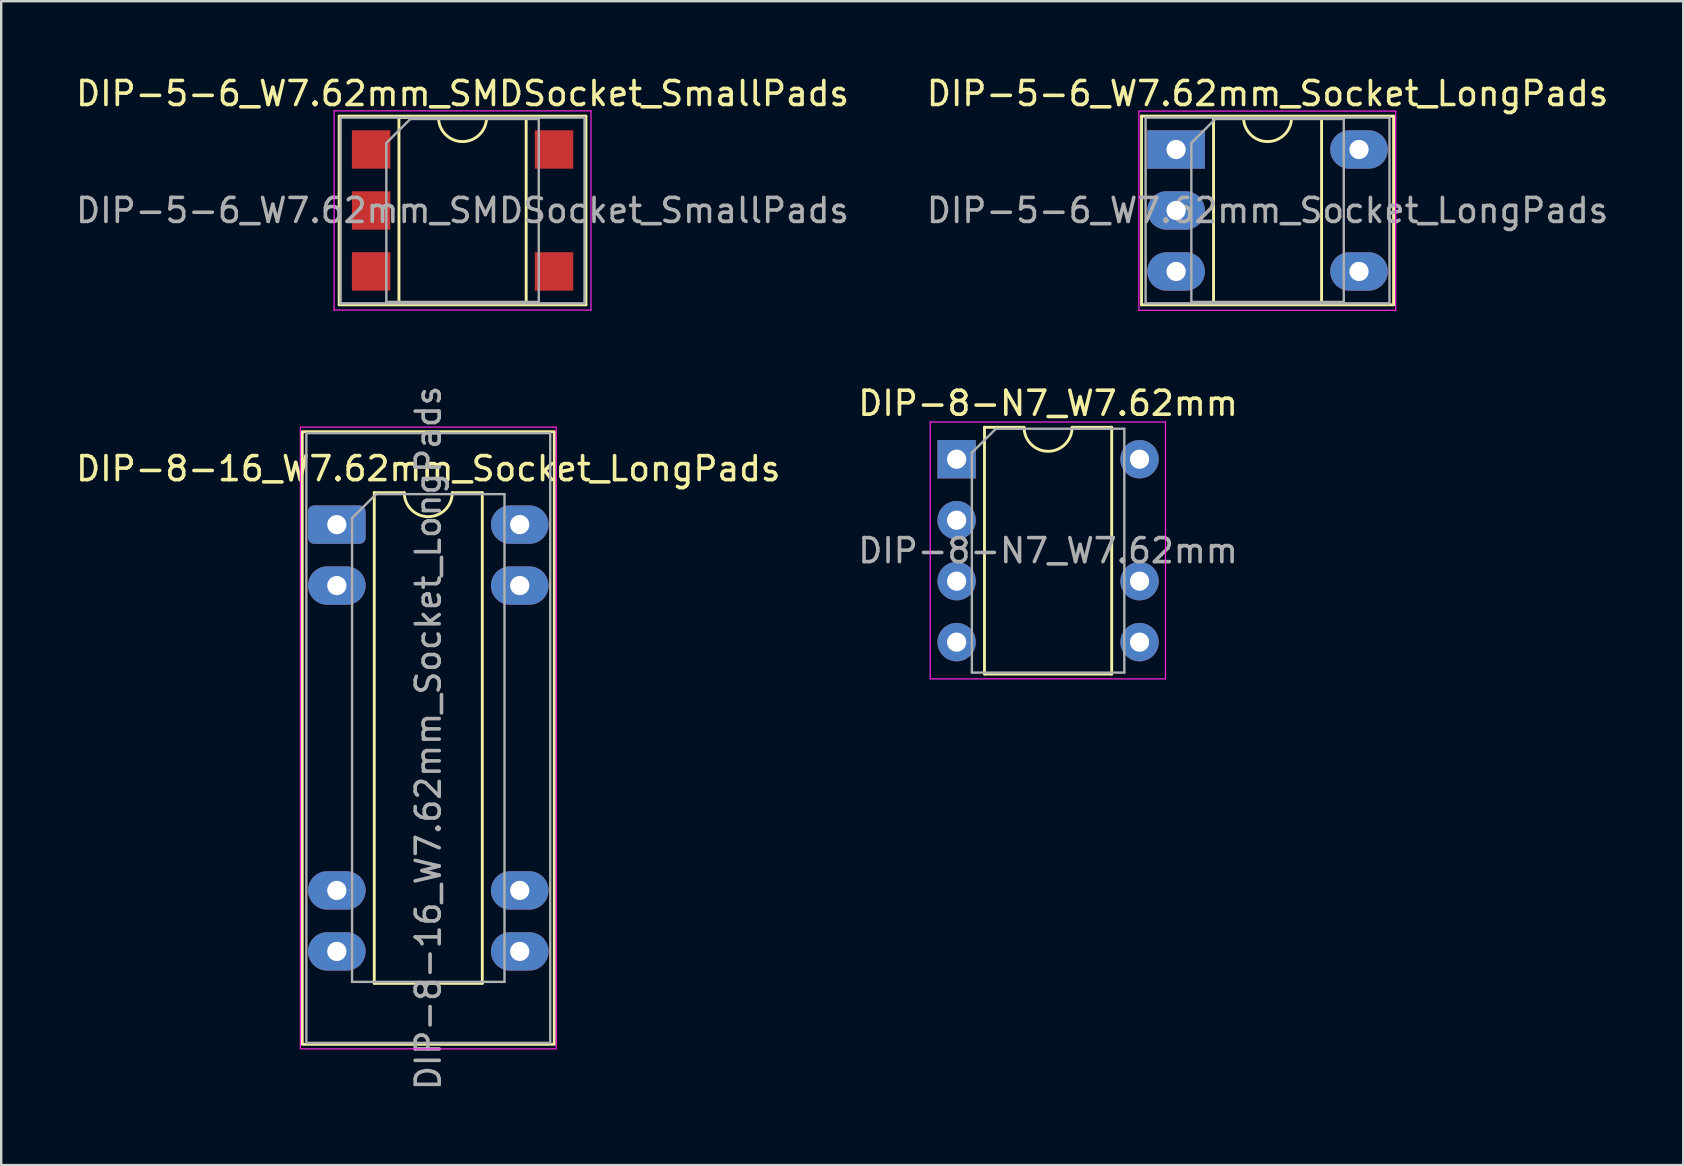
<source format=kicad_pcb>
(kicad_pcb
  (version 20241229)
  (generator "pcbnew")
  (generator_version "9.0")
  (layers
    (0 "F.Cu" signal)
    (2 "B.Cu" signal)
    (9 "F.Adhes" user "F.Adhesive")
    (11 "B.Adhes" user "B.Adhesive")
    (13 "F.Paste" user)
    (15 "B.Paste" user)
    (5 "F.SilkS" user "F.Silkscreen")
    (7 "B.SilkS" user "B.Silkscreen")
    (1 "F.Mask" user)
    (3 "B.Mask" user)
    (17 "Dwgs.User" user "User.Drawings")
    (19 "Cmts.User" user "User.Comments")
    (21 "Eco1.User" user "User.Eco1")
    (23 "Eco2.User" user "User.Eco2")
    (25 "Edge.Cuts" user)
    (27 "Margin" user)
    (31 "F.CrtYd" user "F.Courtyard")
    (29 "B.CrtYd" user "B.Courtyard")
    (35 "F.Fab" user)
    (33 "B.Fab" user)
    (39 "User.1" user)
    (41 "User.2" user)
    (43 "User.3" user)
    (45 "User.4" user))
  (footprint "DIP-5-6_W7.62mm_SMDSocket_SmallPads"
    (layer "F.Cu")
    (at 16.22 5.718)
    (property "Reference" "DIP-5-6_W7.62mm_SMDSocket_SmallPads" (at 0 -4.87 0) (layer "F.SilkS") (effects (font (size 1 1) (thickness 0.15))))
    (attr smd)
    (fp_line (start -5.14 -3.93) (end -5.14 3.93) (stroke (width 0.12) (type solid)) (layer "F.SilkS"))
    (fp_line (start -5.14 3.93) (end 5.14 3.93) (stroke (width 0.12) (type solid)) (layer "F.SilkS"))
    (fp_line (start -2.65 -3.87) (end -2.65 3.87) (stroke (width 0.12) (type solid)) (layer "F.SilkS"))
    (fp_line (start -2.65 3.87) (end 2.65 3.87) (stroke (width 0.12) (type solid)) (layer "F.SilkS"))
    (fp_line (start -1 -3.87) (end -2.65 -3.87) (stroke (width 0.12) (type solid)) (layer "F.SilkS"))
    (fp_line (start 2.65 -3.87) (end 1 -3.87) (stroke (width 0.12) (type solid)) (layer "F.SilkS"))
    (fp_line (start 2.65 3.87) (end 2.65 -3.87) (stroke (width 0.12) (type solid)) (layer "F.SilkS"))
    (fp_line (start 5.14 -3.93) (end -5.14 -3.93) (stroke (width 0.12) (type solid)) (layer "F.SilkS"))
    (fp_line (start 5.14 3.93) (end 5.14 -3.93) (stroke (width 0.12) (type solid)) (layer "F.SilkS"))
    (fp_arc (start 1 -3.87) (mid 0 -2.87) (end -1 -3.87) (stroke (width 0.12) (type solid)) (layer "F.SilkS"))
    (fp_line (start -5.35 -4.15) (end -5.35 4.15) (stroke (width 0.05) (type solid)) (layer "F.CrtYd"))
    (fp_line (start -5.35 4.15) (end 5.35 4.15) (stroke (width 0.05) (type solid)) (layer "F.CrtYd"))
    (fp_line (start 5.35 -4.15) (end -5.35 -4.15) (stroke (width 0.05) (type solid)) (layer "F.CrtYd"))
    (fp_line (start 5.35 4.15) (end 5.35 -4.15) (stroke (width 0.05) (type solid)) (layer "F.CrtYd"))
    (fp_line (start -5.08 -3.87) (end -5.08 3.87) (stroke (width 0.1) (type solid)) (layer "F.Fab"))
    (fp_line (start -5.08 3.87) (end 5.08 3.87) (stroke (width 0.1) (type solid)) (layer "F.Fab"))
    (fp_line (start -3.175 -2.81) (end -2.175 -3.81) (stroke (width 0.1) (type solid)) (layer "F.Fab"))
    (fp_line (start -3.175 3.81) (end -3.175 -2.81) (stroke (width 0.1) (type solid)) (layer "F.Fab"))
    (fp_line (start -2.175 -3.81) (end 3.175 -3.81) (stroke (width 0.1) (type solid)) (layer "F.Fab"))
    (fp_line (start 3.175 -3.81) (end 3.175 3.81) (stroke (width 0.1) (type solid)) (layer "F.Fab"))
    (fp_line (start 3.175 3.81) (end -3.175 3.81) (stroke (width 0.1) (type solid)) (layer "F.Fab"))
    (fp_line (start 5.08 -3.87) (end -5.08 -3.87) (stroke (width 0.1) (type solid)) (layer "F.Fab"))
    (fp_line (start 5.08 3.87) (end 5.08 -3.87) (stroke (width 0.1) (type solid)) (layer "F.Fab"))
    (fp_text user "${REFERENCE}" (at 0 0 0) (layer "F.Fab") (effects (font (size 1 1) (thickness 0.15))))
    (pad "1" smd rect (at -3.81 -2.54) (size 1.6 1.6) (layers "F.Cu" "F.Mask" "F.Paste"))
    (pad "2" smd rect (at -3.81 0) (size 1.6 1.6) (layers "F.Cu" "F.Mask" "F.Paste"))
    (pad "3" smd rect (at -3.81 2.54) (size 1.6 1.6) (layers "F.Cu" "F.Mask" "F.Paste"))
    (pad "4" smd rect (at 3.81 2.54) (size 1.6 1.6) (layers "F.Cu" "F.Mask" "F.Paste"))
    (pad "6" smd rect (at 3.81 -2.54) (size 1.6 1.6) (layers "F.Cu" "F.Mask" "F.Paste")))
  (footprint "DIP-8-N7_W7.62mm"
    (layer "F.Cu")
    (at 36.803 16.081)
    (property "Reference" "DIP-8-N7_W7.62mm" (at 3.81 -2.33 0) (layer "F.SilkS") (effects (font (size 1 1) (thickness 0.15))))
    (attr through_hole)
    (fp_line (start 1.16 -1.33) (end 1.16 8.95) (stroke (width 0.12) (type solid)) (layer "F.SilkS"))
    (fp_line (start 1.16 8.95) (end 6.46 8.95) (stroke (width 0.12) (type solid)) (layer "F.SilkS"))
    (fp_line (start 2.81 -1.33) (end 1.16 -1.33) (stroke (width 0.12) (type solid)) (layer "F.SilkS"))
    (fp_line (start 6.46 -1.33) (end 4.81 -1.33) (stroke (width 0.12) (type solid)) (layer "F.SilkS"))
    (fp_line (start 6.46 8.95) (end 6.46 -1.33) (stroke (width 0.12) (type solid)) (layer "F.SilkS"))
    (fp_arc (start 4.81 -1.33) (mid 3.81 -0.33) (end 2.81 -1.33) (stroke (width 0.12) (type solid)) (layer "F.SilkS"))
    (fp_line (start -1.1 -1.55) (end -1.1 9.15) (stroke (width 0.05) (type solid)) (layer "F.CrtYd"))
    (fp_line (start -1.1 9.15) (end 8.7 9.15) (stroke (width 0.05) (type solid)) (layer "F.CrtYd"))
    (fp_line (start 8.7 -1.55) (end -1.1 -1.55) (stroke (width 0.05) (type solid)) (layer "F.CrtYd"))
    (fp_line (start 8.7 9.15) (end 8.7 -1.55) (stroke (width 0.05) (type solid)) (layer "F.CrtYd"))
    (fp_line (start 0.635 -0.27) (end 1.635 -1.27) (stroke (width 0.1) (type solid)) (layer "F.Fab"))
    (fp_line (start 0.635 8.89) (end 0.635 -0.27) (stroke (width 0.1) (type solid)) (layer "F.Fab"))
    (fp_line (start 1.635 -1.27) (end 6.985 -1.27) (stroke (width 0.1) (type solid)) (layer "F.Fab"))
    (fp_line (start 6.985 -1.27) (end 6.985 8.89) (stroke (width 0.1) (type solid)) (layer "F.Fab"))
    (fp_line (start 6.985 8.89) (end 0.635 8.89) (stroke (width 0.1) (type solid)) (layer "F.Fab"))
    (fp_text user "${REFERENCE}" (at 3.81 3.81 0) (layer "F.Fab") (effects (font (size 1 1) (thickness 0.15))))
    (pad "1" thru_hole rect (at 0 0) (size 1.6 1.6) (drill 0.8) (layers "*.Cu" "*.Mask"))
    (pad "2" thru_hole oval (at 0 2.54) (size 1.6 1.6) (drill 0.8) (layers "*.Cu" "*.Mask"))
    (pad "3" thru_hole oval (at 0 5.08) (size 1.6 1.6) (drill 0.8) (layers "*.Cu" "*.Mask"))
    (pad "4" thru_hole oval (at 0 7.62) (size 1.6 1.6) (drill 0.8) (layers "*.Cu" "*.Mask"))
    (pad "5" thru_hole oval (at 7.62 7.62) (size 1.6 1.6) (drill 0.8) (layers "*.Cu" "*.Mask"))
    (pad "6" thru_hole oval (at 7.62 5.08) (size 1.6 1.6) (drill 0.8) (layers "*.Cu" "*.Mask"))
    (pad "8" thru_hole oval (at 7.62 0) (size 1.6 1.6) (drill 0.8) (layers "*.Cu" "*.Mask")))
  (footprint "DIP-5-6_W7.62mm_Socket_LongPads"
    (layer "F.Cu")
    (at 45.946 3.178)
    (property "Reference" "DIP-5-6_W7.62mm_Socket_LongPads" (at 3.81 -2.33 0) (layer "F.SilkS") (effects (font (size 1 1) (thickness 0.15))))
    (attr through_hole)
    (fp_line (start -1.44 -1.39) (end -1.44 6.47) (stroke (width 0.12) (type solid)) (layer "F.SilkS"))
    (fp_line (start -1.44 6.47) (end 9.06 6.47) (stroke (width 0.12) (type solid)) (layer "F.SilkS"))
    (fp_line (start 1.56 -1.33) (end 1.56 6.41) (stroke (width 0.12) (type solid)) (layer "F.SilkS"))
    (fp_line (start 1.56 6.41) (end 6.06 6.41) (stroke (width 0.12) (type solid)) (layer "F.SilkS"))
    (fp_line (start 2.81 -1.33) (end 1.56 -1.33) (stroke (width 0.12) (type solid)) (layer "F.SilkS"))
    (fp_line (start 6.06 -1.33) (end 4.81 -1.33) (stroke (width 0.12) (type solid)) (layer "F.SilkS"))
    (fp_line (start 6.06 6.41) (end 6.06 -1.33) (stroke (width 0.12) (type solid)) (layer "F.SilkS"))
    (fp_line (start 9.06 -1.39) (end -1.44 -1.39) (stroke (width 0.12) (type solid)) (layer "F.SilkS"))
    (fp_line (start 9.06 6.47) (end 9.06 -1.39) (stroke (width 0.12) (type solid)) (layer "F.SilkS"))
    (fp_arc (start 4.81 -1.33) (mid 3.81 -0.33) (end 2.81 -1.33) (stroke (width 0.12) (type solid)) (layer "F.SilkS"))
    (fp_line (start -1.55 -1.6) (end -1.55 6.7) (stroke (width 0.05) (type solid)) (layer "F.CrtYd"))
    (fp_line (start -1.55 6.7) (end 9.15 6.7) (stroke (width 0.05) (type solid)) (layer "F.CrtYd"))
    (fp_line (start 9.15 -1.6) (end -1.55 -1.6) (stroke (width 0.05) (type solid)) (layer "F.CrtYd"))
    (fp_line (start 9.15 6.7) (end 9.15 -1.6) (stroke (width 0.05) (type solid)) (layer "F.CrtYd"))
    (fp_line (start -1.27 -1.33) (end -1.27 6.41) (stroke (width 0.1) (type solid)) (layer "F.Fab"))
    (fp_line (start -1.27 6.41) (end 8.89 6.41) (stroke (width 0.1) (type solid)) (layer "F.Fab"))
    (fp_line (start 0.635 -0.27) (end 1.635 -1.27) (stroke (width 0.1) (type solid)) (layer "F.Fab"))
    (fp_line (start 0.635 6.35) (end 0.635 -0.27) (stroke (width 0.1) (type solid)) (layer "F.Fab"))
    (fp_line (start 1.635 -1.27) (end 6.985 -1.27) (stroke (width 0.1) (type solid)) (layer "F.Fab"))
    (fp_line (start 6.985 -1.27) (end 6.985 6.35) (stroke (width 0.1) (type solid)) (layer "F.Fab"))
    (fp_line (start 6.985 6.35) (end 0.635 6.35) (stroke (width 0.1) (type solid)) (layer "F.Fab"))
    (fp_line (start 8.89 -1.33) (end -1.27 -1.33) (stroke (width 0.1) (type solid)) (layer "F.Fab"))
    (fp_line (start 8.89 6.41) (end 8.89 -1.33) (stroke (width 0.1) (type solid)) (layer "F.Fab"))
    (fp_text user "${REFERENCE}" (at 3.81 2.54 0) (layer "F.Fab") (effects (font (size 1 1) (thickness 0.15))))
    (pad "1" thru_hole rect (at 0 0) (size 2.4 1.6) (drill 0.8) (layers "*.Cu" "*.Mask"))
    (pad "2" thru_hole oval (at 0 2.54) (size 2.4 1.6) (drill 0.8) (layers "*.Cu" "*.Mask"))
    (pad "3" thru_hole oval (at 0 5.08) (size 2.4 1.6) (drill 0.8) (layers "*.Cu" "*.Mask"))
    (pad "4" thru_hole oval (at 7.62 5.08) (size 2.4 1.6) (drill 0.8) (layers "*.Cu" "*.Mask"))
    (pad "6" thru_hole oval (at 7.62 0) (size 2.4 1.6) (drill 0.8) (layers "*.Cu" "*.Mask")))
  (footprint "DIP-8-16_W7.62mm_Socket_LongPads"
    (layer "F.Cu")
    (at 10.982 18.805)
    (property "Reference" "DIP-8-16_W7.62mm_Socket_LongPads" (at 3.81 -2.33 0) (layer "F.SilkS") (effects (font (size 1 1) (thickness 0.15))))
    (attr through_hole)
    (fp_line (start 1.56 -1.33) (end 1.56 19.11) (stroke (width 0.12) (type solid)) (layer "F.SilkS"))
    (fp_line (start 1.56 19.11) (end 6.06 19.11) (stroke (width 0.12) (type solid)) (layer "F.SilkS"))
    (fp_line (start 2.81 -1.33) (end 1.56 -1.33) (stroke (width 0.12) (type solid)) (layer "F.SilkS"))
    (fp_line (start 6.06 -1.33) (end 4.81 -1.33) (stroke (width 0.12) (type solid)) (layer "F.SilkS"))
    (fp_line (start 6.06 19.11) (end 6.06 -1.33) (stroke (width 0.12) (type solid)) (layer "F.SilkS"))
    (fp_rect (start -1.44 -3.87) (end 9.06 21.65) (stroke (width 0.12) (type solid)) (fill no) (layer "F.SilkS"))
    (fp_arc (start 4.81 -1.33) (mid 3.81 -0.33) (end 2.81 -1.33) (stroke (width 0.12) (type solid)) (layer "F.SilkS"))
    (fp_rect (start -1.52 -4.06) (end 9.14 21.84) (stroke (width 0.05) (type solid)) (fill no) (layer "F.CrtYd"))
    (fp_line (start 0.635 -0.27) (end 1.635 -1.27) (stroke (width 0.1) (type solid)) (layer "F.Fab"))
    (fp_line (start 0.635 19.05) (end 0.635 -0.27) (stroke (width 0.1) (type solid)) (layer "F.Fab"))
    (fp_line (start 1.635 -1.27) (end 6.985 -1.27) (stroke (width 0.1) (type solid)) (layer "F.Fab"))
    (fp_line (start 6.985 -1.27) (end 6.985 19.05) (stroke (width 0.1) (type solid)) (layer "F.Fab"))
    (fp_line (start 6.985 19.05) (end 0.635 19.05) (stroke (width 0.1) (type solid)) (layer "F.Fab"))
    (fp_rect (start -1.27 -3.81) (end 8.89 21.59) (stroke (width 0.1) (type solid)) (fill no) (layer "F.Fab"))
    (fp_text user "${REFERENCE}" (at 3.81 8.89 90) (layer "F.Fab") (effects (font (size 1 1) (thickness 0.15))))
    (pad "1" thru_hole roundrect (at 0 0) (size 2.4 1.6) (drill 0.8) (layers "*.Cu" "*.Mask") (roundrect_rratio 0.156))
    (pad "2" thru_hole oval (at 0 2.54) (size 2.4 1.6) (drill 0.8) (layers "*.Cu" "*.Mask"))
    (pad "3" thru_hole oval (at 0 15.24) (size 2.4 1.6) (drill 0.8) (layers "*.Cu" "*.Mask"))
    (pad "4" thru_hole oval (at 0 17.78) (size 2.4 1.6) (drill 0.8) (layers "*.Cu" "*.Mask"))
    (pad "5" thru_hole oval (at 7.62 17.78) (size 2.4 1.6) (drill 0.8) (layers "*.Cu" "*.Mask"))
    (pad "6" thru_hole oval (at 7.62 15.24) (size 2.4 1.6) (drill 0.8) (layers "*.Cu" "*.Mask"))
    (pad "7" thru_hole oval (at 7.62 2.54) (size 2.4 1.6) (drill 0.8) (layers "*.Cu" "*.Mask"))
    (pad "8" thru_hole oval (at 7.62 0) (size 2.4 1.6) (drill 0.8) (layers "*.Cu" "*.Mask")))
  (gr_rect
    (start -3 -3)
    (end 67.071 45.487)
    (stroke (width 0.1) (type default))
    (fill no)
    (layer "Edge.Cuts")))
</source>
